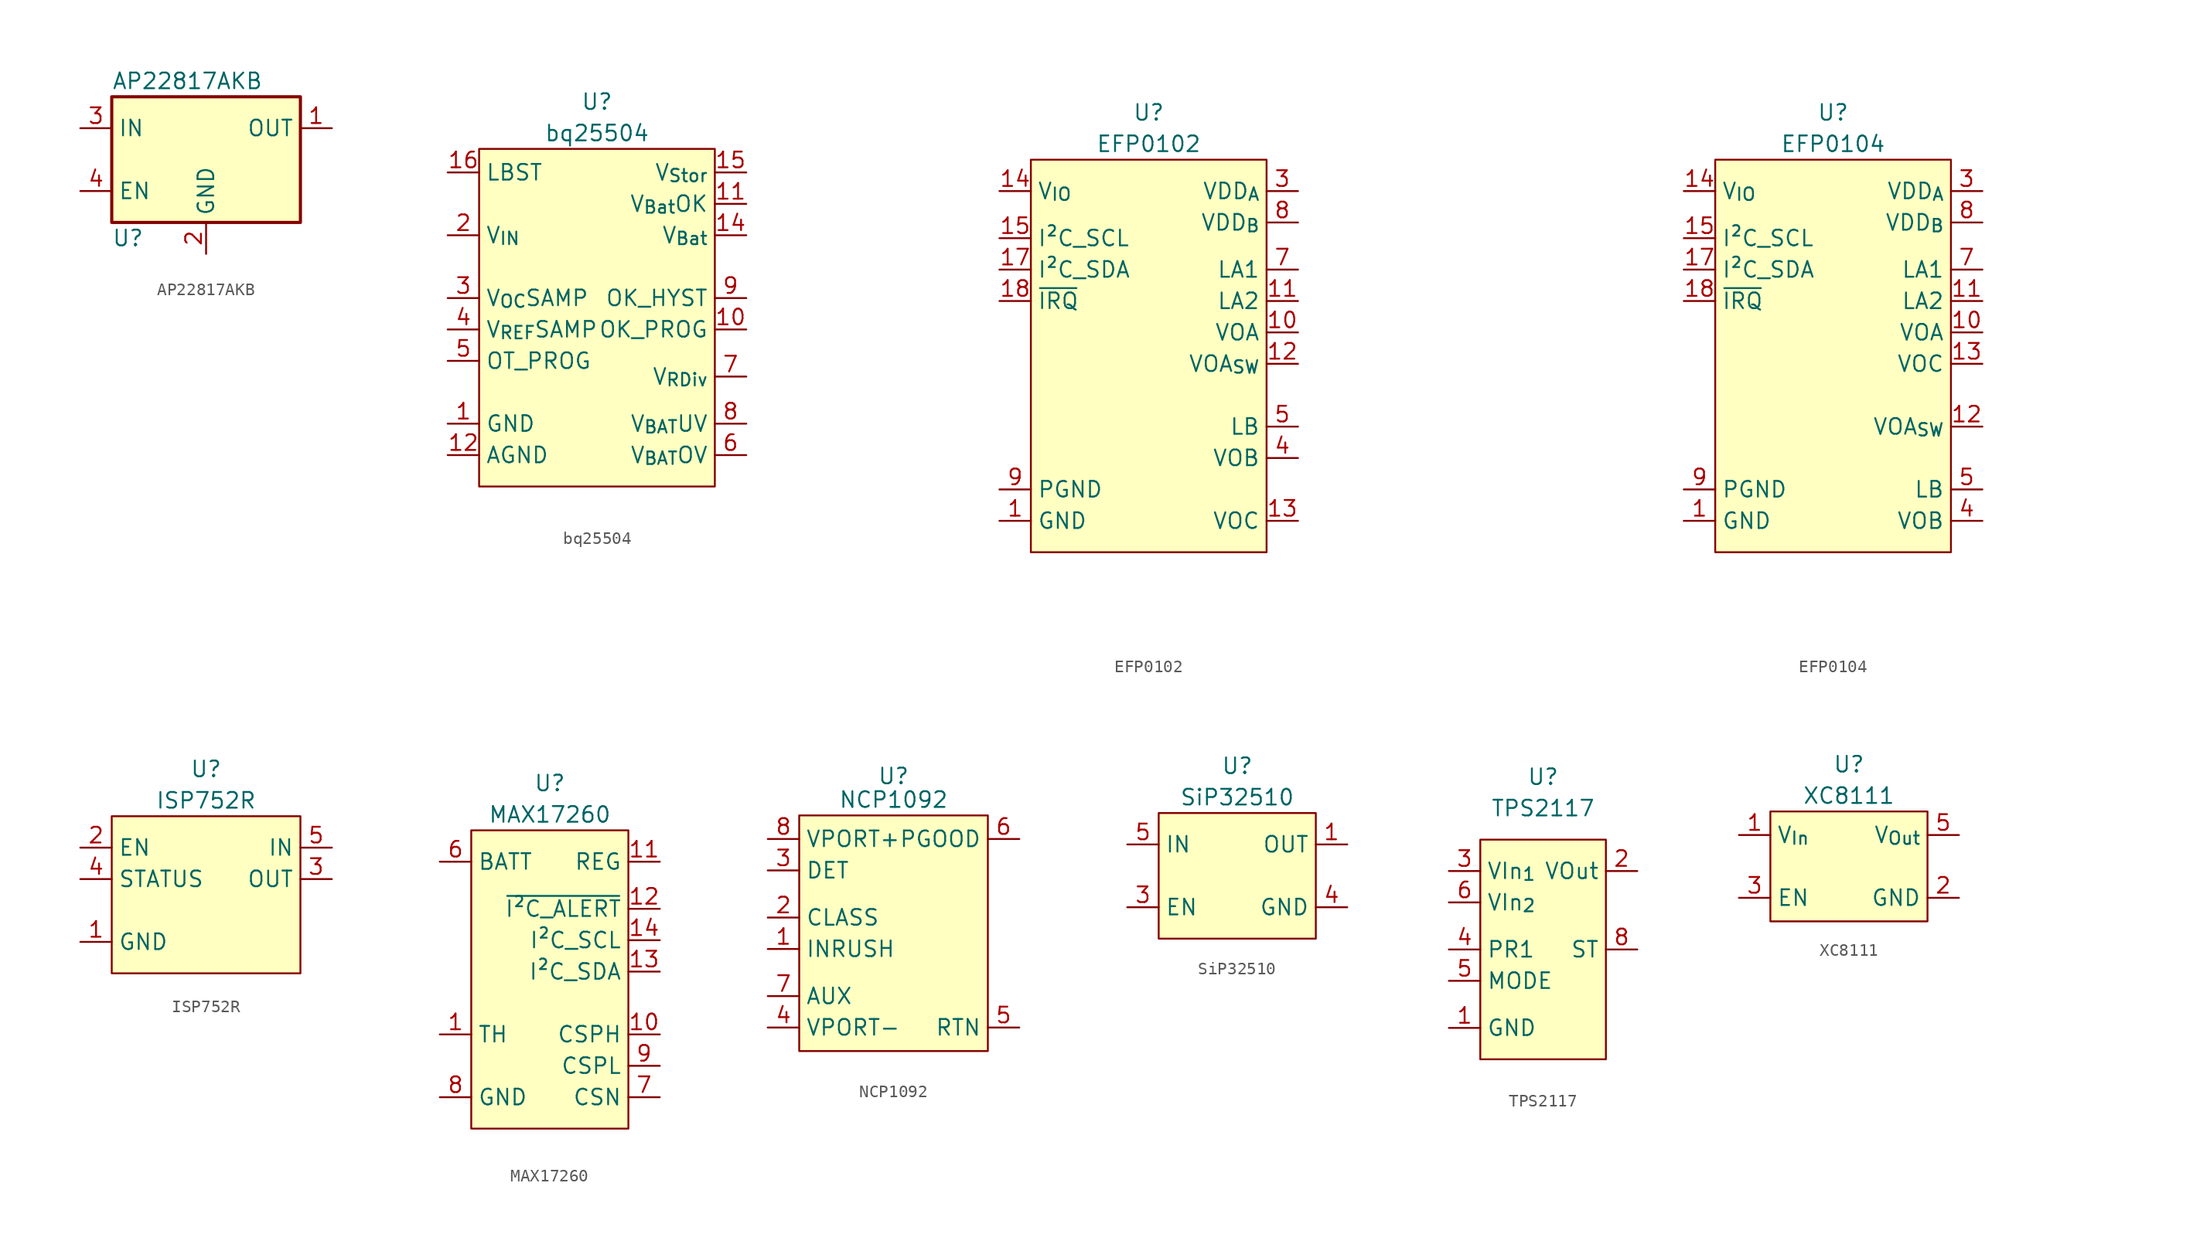
<source format=kicad_sym>
(kicad_symbol_lib
  (version 20231120)
  (generator "kicad_symbol_editor")
  (generator_version "8.0")
  (symbol "AP22817AKB"
    (property "Reference" "U"
      (at -7.62 -6.35 0)
      (effects (font (size 1.27 1.27)) (justify left)))
    (property "Value" "AP22817AKB"
      (at -7.62 6.35 0)
      (effects (font (size 1.27 1.27)) (justify left)))
    (symbol "AP22817AKB_0_1"
      (rectangle (start -7.62 5.08) (end 7.62 -5.08) (stroke (width 0.254) (type default)) (fill (type background))))
    (symbol "AP22817AKB_1_1"
      (pin power_out line (at 10.16 2.54 180) (length 2.54) (name "OUT" (effects (font (size 1.27 1.27)))) (number "1" (effects (font (size 1.27 1.27)))))
      (pin power_in line (at 0 -7.62 90) (length 2.54) (name "GND" (effects (font (size 1.27 1.27)))) (number "2" (effects (font (size 1.27 1.27)))))
      (pin power_in line (at -10.16 2.54 0) (length 2.54) (name "IN" (effects (font (size 1.27 1.27)))) (number "3" (effects (font (size 1.27 1.27)))))
      (pin input line (at -10.16 -2.54 0) (length 2.54) (name "EN" (effects (font (size 1.27 1.27)))) (number "4" (effects (font (size 1.27 1.27)))))
      (pin passive line (at 10.16 2.54 180) (length 2.54) hide (name "OUT" (effects (font (size 1.27 1.27)))) (number "5" (effects (font (size 1.27 1.27)))))))
  (symbol "bq25504"
    (property "Reference" "U"
      (at 0 3.81 0)
      (effects (font (size 1.27 1.27))))
    (property "Value" "bq25504"
      (at 0 1.27 0)
      (effects (font (size 1.27 1.27))))
    (symbol "bq25504_0_1"
      (rectangle (start -9.525 0) (end 9.525 -27.305) (stroke (width 0) (type default)) (fill (type background))))
    (symbol "bq25504_1_1"
      (pin passive line (at -12.065 -22.225 0) (length 2.54) (name "GND" (effects (font (size 1.27 1.27)))) (number "1" (effects (font (size 1.27 1.27)))))
      (pin input line (at 12.065 -14.605 180) (length 2.54) (name "OK_PROG" (effects (font (size 1.27 1.27)))) (number "10" (effects (font (size 1.27 1.27)))))
      (pin output line (at 12.065 -4.445 180) (length 2.54) (name "V_{Bat}OK" (effects (font (size 1.27 1.27)))) (number "11" (effects (font (size 1.27 1.27)))))
      (pin passive line (at -12.065 -24.765 0) (length 2.54) (name "AGND" (effects (font (size 1.27 1.27)))) (number "12" (effects (font (size 1.27 1.27)))))
      (pin passive line (at -12.065 -22.225 0) (length 2.54) hide (name "GND" (effects (font (size 1.27 1.27)))) (number "13" (effects (font (size 1.27 1.27)))))
      (pin passive line (at 12.065 -6.985 180) (length 2.54) (name "V_{Bat}" (effects (font (size 1.27 1.27)))) (number "14" (effects (font (size 1.27 1.27)))))
      (pin power_out line (at 12.065 -1.905 180) (length 2.54) (name "V_{Stor}" (effects (font (size 1.27 1.27)))) (number "15" (effects (font (size 1.27 1.27)))))
      (pin input line (at -12.065 -1.905 0) (length 2.54) (name "LBST" (effects (font (size 1.27 1.27)))) (number "16" (effects (font (size 1.27 1.27)))))
      (pin passive line (at -12.065 -22.225 0) (length 2.54) hide (name "GND" (effects (font (size 1.27 1.27)))) (number "17" (effects (font (size 1.27 1.27)))))
      (pin input line (at -12.065 -6.985 0) (length 2.54) (name "V_{IN}" (effects (font (size 1.27 1.27)))) (number "2" (effects (font (size 1.27 1.27)))))
      (pin input line (at -12.065 -12.065 0) (length 2.54) (name "V_{OC}SAMP" (effects (font (size 1.27 1.27)))) (number "3" (effects (font (size 1.27 1.27)))))
      (pin input line (at -12.065 -14.605 0) (length 2.54) (name "V_{REF}SAMP" (effects (font (size 1.27 1.27)))) (number "4" (effects (font (size 1.27 1.27)))))
      (pin input line (at -12.065 -17.145 0) (length 2.54) (name "OT_PROG" (effects (font (size 1.27 1.27)))) (number "5" (effects (font (size 1.27 1.27)))))
      (pin input line (at 12.065 -24.765 180) (length 2.54) (name "V_{BAT}OV" (effects (font (size 1.27 1.27)))) (number "6" (effects (font (size 1.27 1.27)))))
      (pin output line (at 12.065 -18.415 180) (length 2.54) (name "V_{RDiv}" (effects (font (size 1.27 1.27)))) (number "7" (effects (font (size 1.27 1.27)))))
      (pin input line (at 12.065 -22.225 180) (length 2.54) (name "V_{BAT}UV" (effects (font (size 1.27 1.27)))) (number "8" (effects (font (size 1.27 1.27)))))
      (pin input line (at 12.065 -12.065 180) (length 2.54) (name "OK_HYST" (effects (font (size 1.27 1.27)))) (number "9" (effects (font (size 1.27 1.27)))))))
  (symbol "EFP0102"
    (property "Reference" "U"
      (at 0 3.81 0)
      (effects (font (size 1.27 1.27))))
    (property "Value" "EFP0102"
      (at 0 1.27 0)
      (effects (font (size 1.27 1.27))))
    (symbol "EFP0102_0_0"
      (text private "Tie VDD_{A} low for all SKUs other than '0108" (at 0 -34.925 0) (effects (font (size 1.27 1.27)))))
    (symbol "EFP0102_0_1"
      (rectangle (start -9.525 0) (end 9.525 -31.75) (stroke (width 0) (type default)) (fill (type background))))
    (symbol "EFP0102_1_1"
      (pin passive line (at -12.065 -29.21 0) (length 2.54) (name "GND" (effects (font (size 1.27 1.27)))) (number "1" (effects (font (size 1.27 1.27)))))
      (pin power_out line (at 12.065 -13.97 180) (length 2.54) (name "VOA" (effects (font (size 1.27 1.27)))) (number "10" (effects (font (size 1.27 1.27)))))
      (pin passive line (at 12.065 -11.43 180) (length 2.54) (name "LA2" (effects (font (size 1.27 1.27)))) (number "11" (effects (font (size 1.27 1.27)))))
      (pin power_out line (at 12.065 -16.51 180) (length 2.54) (name "VOA_{SW}" (effects (font (size 1.27 1.27)))) (number "12" (effects (font (size 1.27 1.27)))))
      (pin power_out line (at 12.065 -29.21 180) (length 2.54) (name "VOC" (effects (font (size 1.27 1.27)))) (number "13" (effects (font (size 1.27 1.27)))))
      (pin power_in line (at -12.065 -2.54 0) (length 2.54) (name "V_{IO}" (effects (font (size 1.27 1.27)))) (number "14" (effects (font (size 1.27 1.27)))))
      (pin bidirectional line (at -12.065 -6.35 0) (length 2.54) (name "I²C_SCL" (effects (font (size 1.27 1.27)))) (number "15" (effects (font (size 1.27 1.27)))))
      (pin passive line (at -12.065 -29.21 0) (length 2.54) hide (name "GND" (effects (font (size 1.27 1.27)))) (number "16" (effects (font (size 1.27 1.27)))))
      (pin bidirectional line (at -12.065 -8.89 0) (length 2.54) (name "I²C_SDA" (effects (font (size 1.27 1.27)))) (number "17" (effects (font (size 1.27 1.27)))))
      (pin output line (at -12.065 -11.43 0) (length 2.54) (name "~{IRQ}" (effects (font (size 1.27 1.27)))) (number "18" (effects (font (size 1.27 1.27)))))
      (pin passive line (at -12.065 -29.21 0) (length 2.54) hide (name "GND" (effects (font (size 1.27 1.27)))) (number "19" (effects (font (size 1.27 1.27)))))
      (pin passive line (at -12.065 -29.21 0) (length 2.54) hide (name "GND" (effects (font (size 1.27 1.27)))) (number "2" (effects (font (size 1.27 1.27)))))
      (pin passive line (at -12.065 -29.21 0) (length 2.54) hide (name "GND" (effects (font (size 1.27 1.27)))) (number "20" (effects (font (size 1.27 1.27)))))
      (pin passive line (at -12.065 -29.21 0) (length 2.54) hide (name "GND" (effects (font (size 1.27 1.27)))) (number "21" (effects (font (size 1.27 1.27)))))
      (pin power_in line (at 12.065 -2.54 180) (length 2.54) (name "VDD_{A}" (effects (font (size 1.27 1.27)))) (number "3" (effects (font (size 1.27 1.27)))))
      (pin power_out line (at 12.065 -24.13 180) (length 2.54) (name "VOB" (effects (font (size 1.27 1.27)))) (number "4" (effects (font (size 1.27 1.27)))))
      (pin passive line (at 12.065 -21.59 180) (length 2.54) (name "LB" (effects (font (size 1.27 1.27)))) (number "5" (effects (font (size 1.27 1.27)))))
      (pin passive line (at -12.065 -29.21 0) (length 2.54) hide (name "GND" (effects (font (size 1.27 1.27)))) (number "6" (effects (font (size 1.27 1.27)))))
      (pin passive line (at 12.065 -8.89 180) (length 2.54) (name "LA1" (effects (font (size 1.27 1.27)))) (number "7" (effects (font (size 1.27 1.27)))))
      (pin power_in line (at 12.065 -5.08 180) (length 2.54) (name "VDD_{B}" (effects (font (size 1.27 1.27)))) (number "8" (effects (font (size 1.27 1.27)))))
      (pin passive line (at -12.065 -26.67 0) (length 2.54) (name "PGND" (effects (font (size 1.27 1.27)))) (number "9" (effects (font (size 1.27 1.27)))))))
  (symbol "EFP0104"
    (property "Reference" "U"
      (at 0 3.81 0)
      (effects (font (size 1.27 1.27))))
    (property "Value" "EFP0104"
      (at 0 1.27 0)
      (effects (font (size 1.27 1.27))))
    (symbol "EFP0104_0_0"
      (text private "Tie VDD_{A} low for all SKUs other than '0108" (at 0 -34.925 0) (effects (font (size 1.27 1.27)))))
    (symbol "EFP0104_0_1"
      (rectangle (start -9.525 0) (end 9.525 -31.75) (stroke (width 0) (type default)) (fill (type background))))
    (symbol "EFP0104_1_1"
      (pin passive line (at -12.065 -29.21 0) (length 2.54) (name "GND" (effects (font (size 1.27 1.27)))) (number "1" (effects (font (size 1.27 1.27)))))
      (pin power_out line (at 12.065 -13.97 180) (length 2.54) (name "VOA" (effects (font (size 1.27 1.27)))) (number "10" (effects (font (size 1.27 1.27)))))
      (pin passive line (at 12.065 -11.43 180) (length 2.54) (name "LA2" (effects (font (size 1.27 1.27)))) (number "11" (effects (font (size 1.27 1.27)))))
      (pin power_out line (at 12.065 -21.59 180) (length 2.54) (name "VOA_{SW}" (effects (font (size 1.27 1.27)))) (number "12" (effects (font (size 1.27 1.27)))))
      (pin power_out line (at 12.065 -16.51 180) (length 2.54) (name "VOC" (effects (font (size 1.27 1.27)))) (number "13" (effects (font (size 1.27 1.27)))))
      (pin power_in line (at -12.065 -2.54 0) (length 2.54) (name "V_{IO}" (effects (font (size 1.27 1.27)))) (number "14" (effects (font (size 1.27 1.27)))))
      (pin bidirectional line (at -12.065 -6.35 0) (length 2.54) (name "I²C_SCL" (effects (font (size 1.27 1.27)))) (number "15" (effects (font (size 1.27 1.27)))))
      (pin passive line (at -12.065 -29.21 0) (length 2.54) hide (name "GND" (effects (font (size 1.27 1.27)))) (number "16" (effects (font (size 1.27 1.27)))))
      (pin bidirectional line (at -12.065 -8.89 0) (length 2.54) (name "I²C_SDA" (effects (font (size 1.27 1.27)))) (number "17" (effects (font (size 1.27 1.27)))))
      (pin output line (at -12.065 -11.43 0) (length 2.54) (name "~{IRQ}" (effects (font (size 1.27 1.27)))) (number "18" (effects (font (size 1.27 1.27)))))
      (pin passive line (at -12.065 -29.21 0) (length 2.54) hide (name "GND" (effects (font (size 1.27 1.27)))) (number "19" (effects (font (size 1.27 1.27)))))
      (pin passive line (at -12.065 -29.21 0) (length 2.54) hide (name "GND" (effects (font (size 1.27 1.27)))) (number "2" (effects (font (size 1.27 1.27)))))
      (pin passive line (at -12.065 -29.21 0) (length 2.54) hide (name "GND" (effects (font (size 1.27 1.27)))) (number "20" (effects (font (size 1.27 1.27)))))
      (pin passive line (at -12.065 -29.21 0) (length 2.54) hide (name "GND" (effects (font (size 1.27 1.27)))) (number "21" (effects (font (size 1.27 1.27)))))
      (pin power_in line (at 12.065 -2.54 180) (length 2.54) (name "VDD_{A}" (effects (font (size 1.27 1.27)))) (number "3" (effects (font (size 1.27 1.27)))))
      (pin power_out line (at 12.065 -29.21 180) (length 2.54) (name "VOB" (effects (font (size 1.27 1.27)))) (number "4" (effects (font (size 1.27 1.27)))))
      (pin passive line (at 12.065 -26.67 180) (length 2.54) (name "LB" (effects (font (size 1.27 1.27)))) (number "5" (effects (font (size 1.27 1.27)))))
      (pin passive line (at -12.065 -29.21 0) (length 2.54) hide (name "GND" (effects (font (size 1.27 1.27)))) (number "6" (effects (font (size 1.27 1.27)))))
      (pin passive line (at 12.065 -8.89 180) (length 2.54) (name "LA1" (effects (font (size 1.27 1.27)))) (number "7" (effects (font (size 1.27 1.27)))))
      (pin power_in line (at 12.065 -5.08 180) (length 2.54) (name "VDD_{B}" (effects (font (size 1.27 1.27)))) (number "8" (effects (font (size 1.27 1.27)))))
      (pin passive line (at -12.065 -26.67 0) (length 2.54) (name "PGND" (effects (font (size 1.27 1.27)))) (number "9" (effects (font (size 1.27 1.27)))))))
  (symbol "ISP752R"
    (property "Reference" "U"
      (at 0 3.81 0)
      (effects (font (size 1.27 1.27))))
    (property "Value" "ISP752R"
      (at 0 1.27 0)
      (effects (font (size 1.27 1.27))))
    (symbol "ISP752R_1_1"
      (rectangle (start -7.62 0) (end 7.62 -12.7) (stroke (width 0) (type default)) (fill (type background)))
      (pin power_in line (at -10.16 -10.16 0) (length 2.54) (name "GND" (effects (font (size 1.27 1.27)))) (number "1" (effects (font (size 1.27 1.27)))))
      (pin input line (at -10.16 -2.54 0) (length 2.54) (name "EN" (effects (font (size 1.27 1.27)))) (number "2" (effects (font (size 1.27 1.27)))))
      (pin power_out line (at 10.16 -5.08 180) (length 2.54) (name "OUT" (effects (font (size 1.27 1.27)))) (number "3" (effects (font (size 1.27 1.27)))))
      (pin output line (at -10.16 -5.08 0) (length 2.54) (name "STATUS" (effects (font (size 1.27 1.27)))) (number "4" (effects (font (size 1.27 1.27)))))
      (pin power_in line (at 10.16 -2.54 180) (length 2.54) (name "IN" (effects (font (size 1.27 1.27)))) (number "5" (effects (font (size 1.27 1.27)))))
      (pin power_in line (at 10.16 -2.54 180) (length 2.54) hide (name "IN" (effects (font (size 1.27 1.27)))) (number "6" (effects (font (size 1.27 1.27)))))
      (pin power_in line (at 10.16 -2.54 180) (length 2.54) hide (name "IN" (effects (font (size 1.27 1.27)))) (number "7" (effects (font (size 1.27 1.27)))))
      (pin power_in line (at 10.16 -2.54 180) (length 2.54) hide (name "IN" (effects (font (size 1.27 1.27)))) (number "8" (effects (font (size 1.27 1.27)))))))
  (symbol "MAX17260"
    (property "Reference" "U"
      (at 0 3.81 0)
      (effects (font (size 1.27 1.27))))
    (property "Value" "MAX17260"
      (at 0 1.27 0)
      (effects (font (size 1.27 1.27))))
    (symbol "MAX17260_0_1"
      (rectangle (start -6.35 0) (end 6.35 -24.13) (stroke (width 0) (type default)) (fill (type background))))
    (symbol "MAX17260_1_1"
      (pin passive line (at -8.89 -16.51 0) (length 2.54) (name "TH" (effects (font (size 1.27 1.27)))) (number "1" (effects (font (size 1.27 1.27)))))
      (pin passive line (at 8.89 -16.51 180) (length 2.54) (name "CSPH" (effects (font (size 1.27 1.27)))) (number "10" (effects (font (size 1.27 1.27)))))
      (pin power_out line (at 8.89 -2.54 180) (length 2.54) (name "REG" (effects (font (size 1.27 1.27)))) (number "11" (effects (font (size 1.27 1.27)))))
      (pin output line (at 8.89 -6.35 180) (length 2.54) (name "~{I²C_ALERT}" (effects (font (size 1.27 1.27)))) (number "12" (effects (font (size 1.27 1.27)))))
      (pin bidirectional line (at 8.89 -11.43 180) (length 2.54) (name "I²C_SDA" (effects (font (size 1.27 1.27)))) (number "13" (effects (font (size 1.27 1.27)))))
      (pin bidirectional line (at 8.89 -8.89 180) (length 2.54) (name "I²C_SCL" (effects (font (size 1.27 1.27)))) (number "14" (effects (font (size 1.27 1.27)))))
      (pin passive line (at -8.89 -21.59 0) (length 2.54) hide (name "GND" (effects (font (size 1.27 1.27)))) (number "15" (effects (font (size 1.27 1.27)))))
      (pin no_connect line (at -8.89 -11.43 0) (length 2.54) hide (name "NC" (effects (font (size 1.27 1.27)))) (number "2" (effects (font (size 1.27 1.27)))))
      (pin no_connect line (at -8.89 -11.43 0) (length 2.54) hide (name "NC" (effects (font (size 1.27 1.27)))) (number "3" (effects (font (size 1.27 1.27)))))
      (pin no_connect line (at -8.89 -11.43 0) (length 2.54) hide (name "NC" (effects (font (size 1.27 1.27)))) (number "4" (effects (font (size 1.27 1.27)))))
      (pin no_connect line (at -8.89 -11.43 0) (length 2.54) hide (name "NC" (effects (font (size 1.27 1.27)))) (number "5" (effects (font (size 1.27 1.27)))))
      (pin input line (at -8.89 -2.54 0) (length 2.54) (name "BATT" (effects (font (size 1.27 1.27)))) (number "6" (effects (font (size 1.27 1.27)))))
      (pin passive line (at 8.89 -21.59 180) (length 2.54) (name "CSN" (effects (font (size 1.27 1.27)))) (number "7" (effects (font (size 1.27 1.27)))))
      (pin passive line (at -8.89 -21.59 0) (length 2.54) (name "GND" (effects (font (size 1.27 1.27)))) (number "8" (effects (font (size 1.27 1.27)))))
      (pin passive line (at 8.89 -19.05 180) (length 2.54) (name "CSPL" (effects (font (size 1.27 1.27)))) (number "9" (effects (font (size 1.27 1.27)))))))
  (symbol "NCP1092"
    (property "Reference" "U"
      (at 0 3.175 0)
      (effects (font (size 1.27 1.27))))
    (property "Value" "NCP1092"
      (at 0 1.27 0)
      (effects (font (size 1.27 1.27))))
    (symbol "NCP1092_0_1"
      (rectangle (start -7.62 0) (end 7.62 -19.05) (stroke (width 0) (type default)) (fill (type background))))
    (symbol "NCP1092_1_1"
      (pin passive line (at -10.16 -10.795 0) (length 2.54) (name "INRUSH" (effects (font (size 1.27 1.27)))) (number "1" (effects (font (size 1.27 1.27)))))
      (pin passive line (at -10.16 -8.255 0) (length 2.54) (name "CLASS" (effects (font (size 1.27 1.27)))) (number "2" (effects (font (size 1.27 1.27)))))
      (pin passive line (at -10.16 -4.445 0) (length 2.54) (name "DET" (effects (font (size 1.27 1.27)))) (number "3" (effects (font (size 1.27 1.27)))))
      (pin passive line (at -10.16 -17.145 0) (length 2.54) (name "VPORT-" (effects (font (size 1.27 1.27)))) (number "4" (effects (font (size 1.27 1.27)))))
      (pin passive line (at 10.16 -17.145 180) (length 2.54) (name "RTN" (effects (font (size 1.27 1.27)))) (number "5" (effects (font (size 1.27 1.27)))))
      (pin open_collector line (at 10.16 -1.905 180) (length 2.54) (name "PGOOD" (effects (font (size 1.27 1.27)))) (number "6" (effects (font (size 1.27 1.27)))))
      (pin passive line (at -10.16 -14.605 0) (length 2.54) (name "AUX" (effects (font (size 1.27 1.27)))) (number "7" (effects (font (size 1.27 1.27)))))
      (pin passive line (at -10.16 -1.905 0) (length 2.54) (name "VPORT+" (effects (font (size 1.27 1.27)))) (number "8" (effects (font (size 1.27 1.27)))))))
  (symbol "SiP32510"
    (property "Reference" "U"
      (at 0 3.81 0)
      (effects (font (size 1.27 1.27))))
    (property "Value" "SiP32510"
      (at 0 1.27 0)
      (effects (font (size 1.27 1.27))))
    (symbol "SiP32510_1_1"
      (rectangle (start -6.35 0) (end 6.35 -10.16) (stroke (width 0) (type default)) (fill (type background)))
      (pin power_out line (at 8.89 -2.54 180) (length 2.54) (name "OUT" (effects (font (size 1.27 1.27)))) (number "1" (effects (font (size 1.27 1.27)))))
      (pin passive line (at 8.89 -2.54 180) (length 2.54) hide (name "OUT" (effects (font (size 1.27 1.27)))) (number "2" (effects (font (size 1.27 1.27)))))
      (pin input line (at -8.89 -7.62 0) (length 2.54) (name "EN" (effects (font (size 1.27 1.27)))) (number "3" (effects (font (size 1.27 1.27)))))
      (pin passive line (at 8.89 -7.62 180) (length 2.54) (name "GND" (effects (font (size 1.27 1.27)))) (number "4" (effects (font (size 1.27 1.27)))))
      (pin power_in line (at -8.89 -2.54 0) (length 2.54) (name "IN" (effects (font (size 1.27 1.27)))) (number "5" (effects (font (size 1.27 1.27)))))
      (pin passive line (at -8.89 -2.54 0) (length 2.54) hide (name "IN" (effects (font (size 1.27 1.27)))) (number "6" (effects (font (size 1.27 1.27)))))))
  (symbol "TPS2117"
    (property "Reference" "U"
      (at 0 5.08 0)
      (effects (font (size 1.27 1.27))))
    (property "Value" "TPS2117"
      (at 0 2.54 0)
      (effects (font (size 1.27 1.27))))
    (symbol "TPS2117_1_1"
      (rectangle (start -5.08 0) (end 5.08 -17.78) (stroke (width 0) (type default)) (fill (type background)))
      (pin power_in line (at -7.62 -15.24 0) (length 2.54) (name "GND" (effects (font (size 1.27 1.27)))) (number "1" (effects (font (size 1.27 1.27)))))
      (pin power_out line (at 7.62 -2.54 180) (length 2.54) (name "VOut" (effects (font (size 1.27 1.27)))) (number "2" (effects (font (size 1.27 1.27)))))
      (pin power_in line (at -7.62 -2.54 0) (length 2.54) (name "VIn_{1}" (effects (font (size 1.27 1.27)))) (number "3" (effects (font (size 1.27 1.27)))))
      (pin input line (at -7.62 -8.89 0) (length 2.54) (name "PR1" (effects (font (size 1.27 1.27)))) (number "4" (effects (font (size 1.27 1.27)))))
      (pin input line (at -7.62 -11.43 0) (length 2.54) (name "MODE" (effects (font (size 1.27 1.27)))) (number "5" (effects (font (size 1.27 1.27)))))
      (pin power_in line (at -7.62 -5.08 0) (length 2.54) (name "VIn_{2}" (effects (font (size 1.27 1.27)))) (number "6" (effects (font (size 1.27 1.27)))))
      (pin power_out line (at 7.62 -2.54 180) (length 2.54) hide (name "VOut" (effects (font (size 1.27 1.27)))) (number "7" (effects (font (size 1.27 1.27)))))
      (pin output line (at 7.62 -8.89 180) (length 2.54) (name "ST" (effects (font (size 1.27 1.27)))) (number "8" (effects (font (size 1.27 1.27)))))))
  (symbol "XC8111"
    (property "Reference" "U"
      (at 0 3.81 0)
      (effects (font (size 1.27 1.27))))
    (property "Value" "XC8111"
      (at 0 1.27 0)
      (effects (font (size 1.27 1.27))))
    (symbol "XC8111_0_1"
      (rectangle (start -6.35 0) (end 6.35 -8.89) (stroke (width 0) (type default)) (fill (type background))))
    (symbol "XC8111_1_1"
      (pin passive line (at -8.89 -1.905 0) (length 2.54) (name "V_{In}" (effects (font (size 1.27 1.27)))) (number "1" (effects (font (size 1.27 1.27)))))
      (pin passive line (at 8.89 -6.985 180) (length 2.54) (name "GND" (effects (font (size 1.27 1.27)))) (number "2" (effects (font (size 1.27 1.27)))))
      (pin input line (at -8.89 -6.985 0) (length 2.54) (name "EN" (effects (font (size 1.27 1.27)))) (number "3" (effects (font (size 1.27 1.27)))))
      (pin no_connect line (at -8.89 -4.445 0) (length 2.54) hide (name "" (effects (font (size 1.27 1.27)))) (number "4" (effects (font (size 1.27 1.27)))))
      (pin passive line (at 8.89 -1.905 180) (length 2.54) (name "V_{Out}" (effects (font (size 1.27 1.27)))) (number "5" (effects (font (size 1.27 1.27))))))))
</source>
